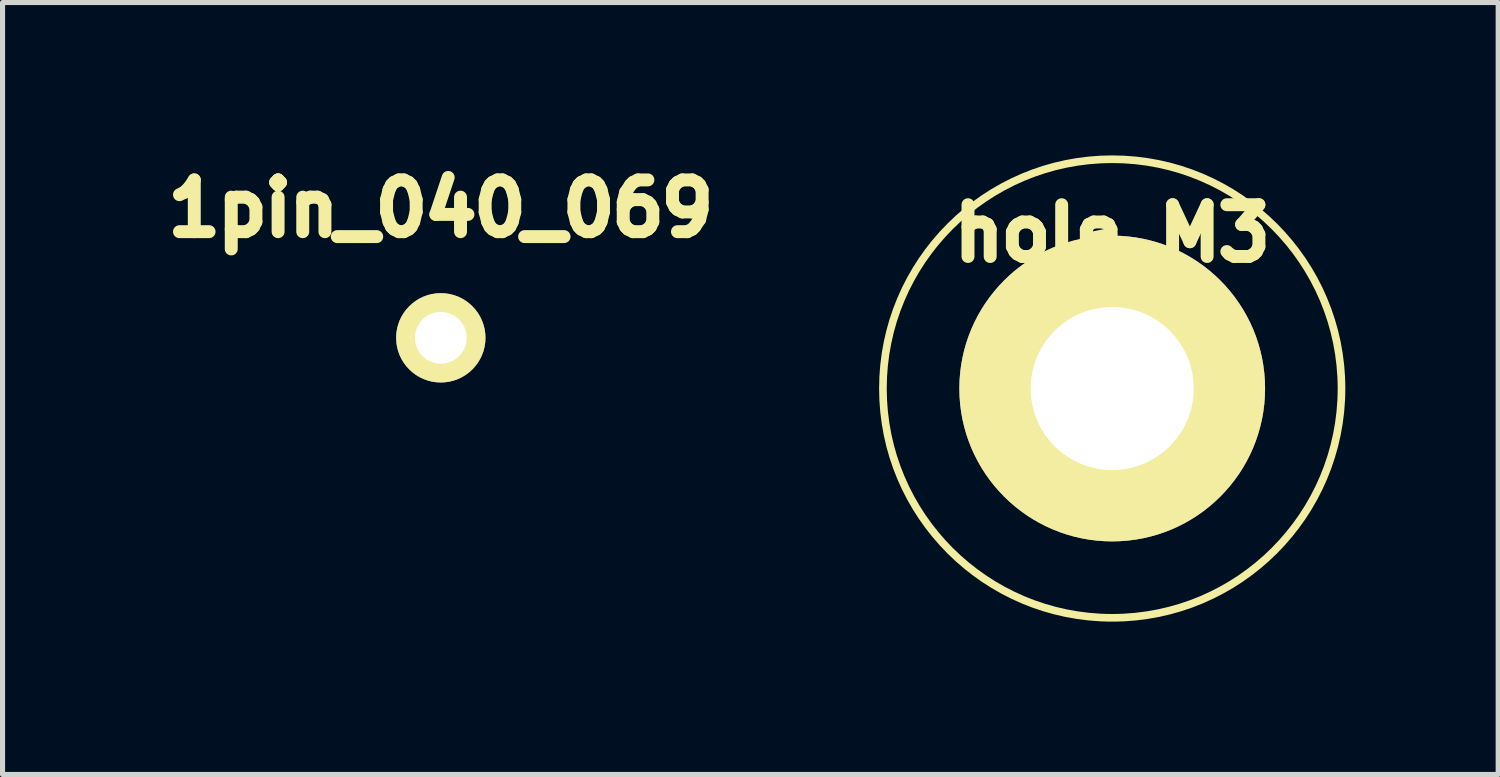
<source format=kicad_pcb>
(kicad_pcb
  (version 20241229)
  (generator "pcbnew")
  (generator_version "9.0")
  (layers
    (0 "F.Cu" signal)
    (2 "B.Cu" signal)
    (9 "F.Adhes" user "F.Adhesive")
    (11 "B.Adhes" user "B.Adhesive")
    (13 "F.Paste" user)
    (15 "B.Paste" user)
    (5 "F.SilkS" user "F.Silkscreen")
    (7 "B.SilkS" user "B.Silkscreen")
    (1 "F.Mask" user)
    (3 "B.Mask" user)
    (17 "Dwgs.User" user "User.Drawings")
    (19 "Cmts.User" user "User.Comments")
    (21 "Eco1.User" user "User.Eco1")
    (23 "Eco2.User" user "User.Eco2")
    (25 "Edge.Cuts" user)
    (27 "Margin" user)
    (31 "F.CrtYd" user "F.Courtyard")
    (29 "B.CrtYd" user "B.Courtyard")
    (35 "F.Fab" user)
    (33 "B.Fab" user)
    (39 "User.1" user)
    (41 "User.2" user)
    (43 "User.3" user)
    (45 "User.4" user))
  (footprint "hole_M3"
    (layer "F.Cu")
    (at 18.778 4.575)
    (property "Reference" "hole_M3" (at 0 -3.048 0) (layer "F.SilkS") (effects (font (size 1.016 1.016) (thickness 0.254))))
    (attr through_hole)
    (fp_circle (center 0 0) (end 4.5 0) (stroke (width 0.15) (type solid)) (fill no) (layer "F.SilkS"))
    (pad "1" thru_hole circle (at 0 0) (size 6 6) (drill 3.2) (layers "*.Cu" "*.Mask" "F.SilkS")))
  (footprint "1pin_040_069"
    (layer "F.Cu")
    (at 5.601 3.58)
    (property "Reference" "1pin_040_069" (at 0 -2.54 0) (layer "F.SilkS") (effects (font (size 1.016 1.016) (thickness 0.254))))
    (attr through_hole)
    (pad "1" thru_hole oval (at 0 0) (size 1.753 1.753) (drill 1.016) (layers "*.Cu" "*.Mask" "F.SilkS")))
  (gr_rect
    (start -3 -3)
    (end 26.353 12.15)
    (stroke (width 0.1) (type default))
    (fill no)
    (layer "Edge.Cuts")))
</source>
